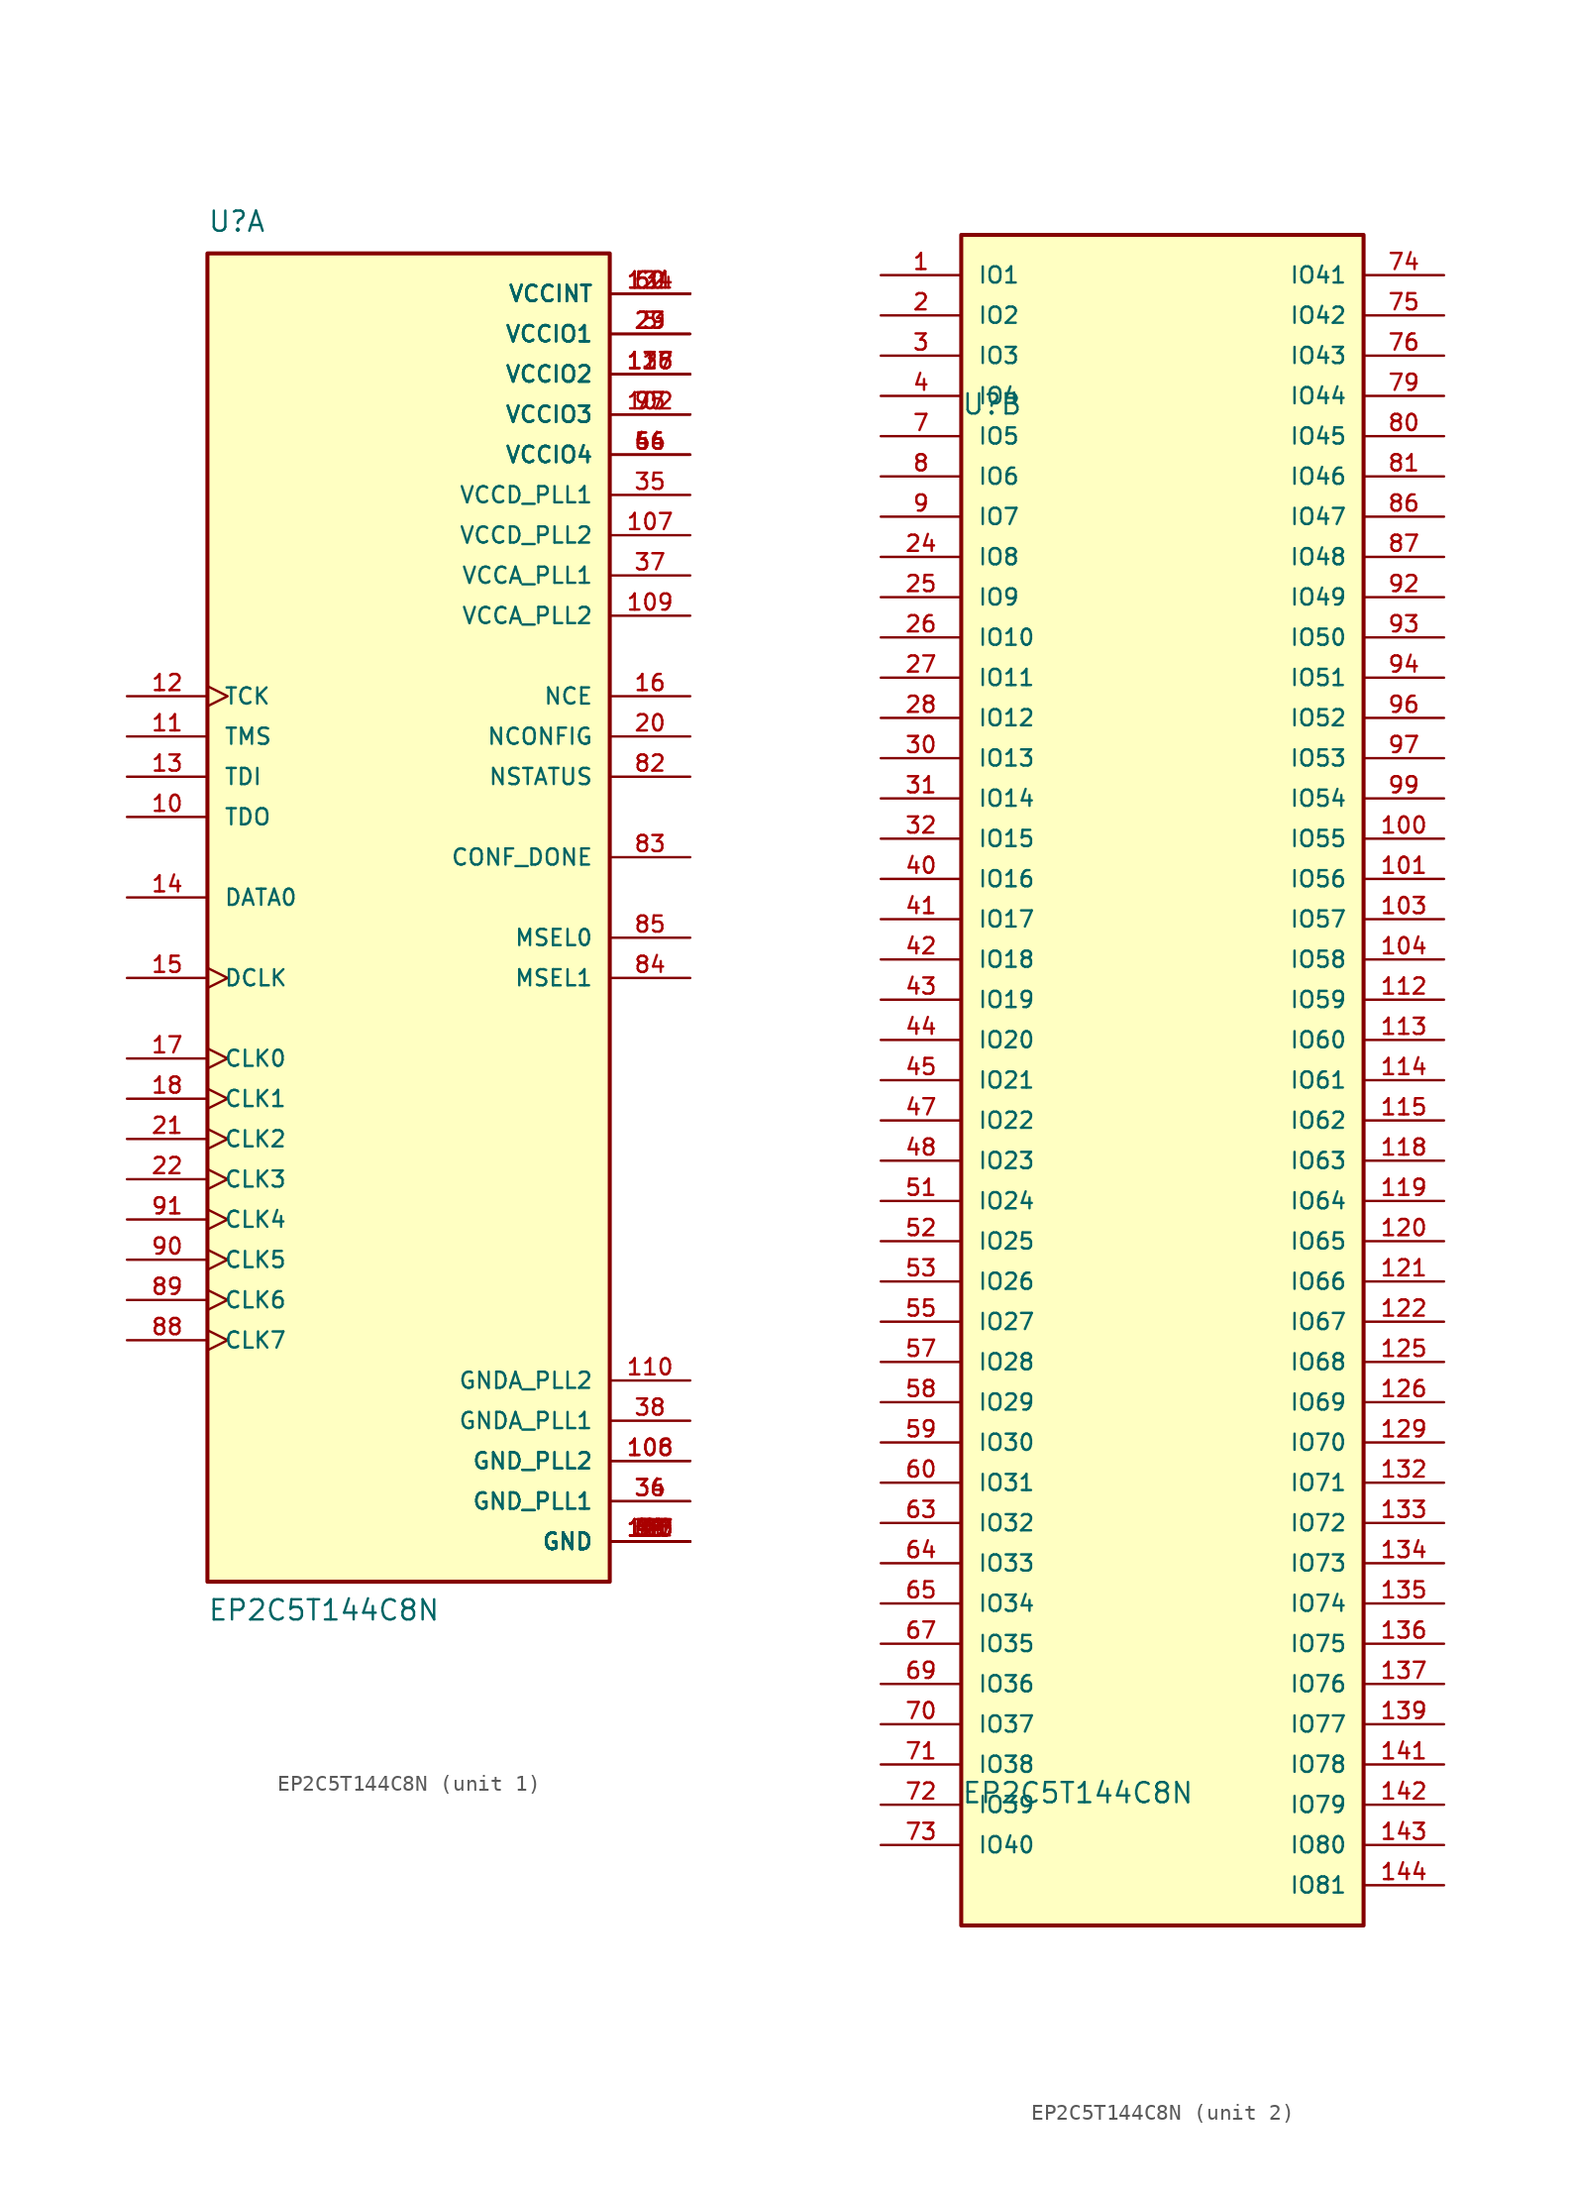
<source format=kicad_sym>
(kicad_symbol_lib
  (version 20211014)
  (generator kicad_symbol_editor)
  (symbol "EP2C5T144C8N"
    (pin_names
      (offset 1.016))
    (property "Reference" "U"
      (at -12.7 41.91 0)
      (effects (font (size 1.27 1.27)) (justify bottom left)))
    (property "Value" "EP2C5T144C8N"
      (at -12.7 -45.72 0)
      (effects (font (size 1.27 1.27)) (justify bottom left)))
    (symbol "EP2C5T144C8N_1_0"
      (rectangle (start -12.7 -43.18) (end 12.7 40.64) (stroke (width 0.254)) (fill (type background)))
      (pin output line (at -17.78 5.08 0) (length 5.08) (name "TDO" (effects (font (size 1.016 1.016)))) (number "10" (effects (font (size 1.016 1.016)))))
      (pin power_in line (at 17.78 35.56 180.0) (length 5.08) (name "VCCIO1" (effects (font (size 1.016 1.016)))) (number "5" (effects (font (size 1.016 1.016)))))
      (pin power_in line (at 17.78 35.56 180.0) (length 5.08) (name "VCCIO1" (effects (font (size 1.016 1.016)))) (number "23" (effects (font (size 1.016 1.016)))))
      (pin power_in line (at 17.78 35.56 180.0) (length 5.08) (name "VCCIO1" (effects (font (size 1.016 1.016)))) (number "29" (effects (font (size 1.016 1.016)))))
      (pin power_in line (at 17.78 -40.64 180.0) (length 5.08) (name "GND" (effects (font (size 1.016 1.016)))) (number "6" (effects (font (size 1.016 1.016)))))
      (pin power_in line (at 17.78 -40.64 180.0) (length 5.08) (name "GND" (effects (font (size 1.016 1.016)))) (number "19" (effects (font (size 1.016 1.016)))))
      (pin power_in line (at 17.78 -40.64 180.0) (length 5.08) (name "GND" (effects (font (size 1.016 1.016)))) (number "33" (effects (font (size 1.016 1.016)))))
      (pin power_in line (at 17.78 -40.64 180.0) (length 5.08) (name "GND" (effects (font (size 1.016 1.016)))) (number "39" (effects (font (size 1.016 1.016)))))
      (pin power_in line (at 17.78 -40.64 180.0) (length 5.08) (name "GND" (effects (font (size 1.016 1.016)))) (number "49" (effects (font (size 1.016 1.016)))))
      (pin power_in line (at 17.78 -40.64 180.0) (length 5.08) (name "GND" (effects (font (size 1.016 1.016)))) (number "56" (effects (font (size 1.016 1.016)))))
      (pin power_in line (at 17.78 -40.64 180.0) (length 5.08) (name "GND" (effects (font (size 1.016 1.016)))) (number "61" (effects (font (size 1.016 1.016)))))
      (pin power_in line (at 17.78 -40.64 180.0) (length 5.08) (name "GND" (effects (font (size 1.016 1.016)))) (number "68" (effects (font (size 1.016 1.016)))))
      (pin power_in line (at 17.78 -40.64 180.0) (length 5.08) (name "GND" (effects (font (size 1.016 1.016)))) (number "78" (effects (font (size 1.016 1.016)))))
      (pin power_in line (at 17.78 -40.64 180.0) (length 5.08) (name "GND" (effects (font (size 1.016 1.016)))) (number "98" (effects (font (size 1.016 1.016)))))
      (pin power_in line (at 17.78 -40.64 180.0) (length 5.08) (name "GND" (effects (font (size 1.016 1.016)))) (number "105" (effects (font (size 1.016 1.016)))))
      (pin power_in line (at 17.78 -40.64 180.0) (length 5.08) (name "GND" (effects (font (size 1.016 1.016)))) (number "111" (effects (font (size 1.016 1.016)))))
      (pin power_in line (at 17.78 -40.64 180.0) (length 5.08) (name "GND" (effects (font (size 1.016 1.016)))) (number "117" (effects (font (size 1.016 1.016)))))
      (pin power_in line (at 17.78 -40.64 180.0) (length 5.08) (name "GND" (effects (font (size 1.016 1.016)))) (number "123" (effects (font (size 1.016 1.016)))))
      (pin power_in line (at 17.78 -40.64 180.0) (length 5.08) (name "GND" (effects (font (size 1.016 1.016)))) (number "128" (effects (font (size 1.016 1.016)))))
      (pin power_in line (at 17.78 -40.64 180.0) (length 5.08) (name "GND" (effects (font (size 1.016 1.016)))) (number "130" (effects (font (size 1.016 1.016)))))
      (pin power_in line (at 17.78 -40.64 180.0) (length 5.08) (name "GND" (effects (font (size 1.016 1.016)))) (number "140" (effects (font (size 1.016 1.016)))))
      (pin input line (at -17.78 10.16 0) (length 5.08) (name "TMS" (effects (font (size 1.016 1.016)))) (number "11" (effects (font (size 1.016 1.016)))))
      (pin input clock (at -17.78 12.7 0) (length 5.08) (name "TCK" (effects (font (size 1.016 1.016)))) (number "12" (effects (font (size 1.016 1.016)))))
      (pin input line (at -17.78 7.62 0) (length 5.08) (name "TDI" (effects (font (size 1.016 1.016)))) (number "13" (effects (font (size 1.016 1.016)))))
      (pin input line (at -17.78 0.0 0) (length 5.08) (name "DATA0" (effects (font (size 1.016 1.016)))) (number "14" (effects (font (size 1.016 1.016)))))
      (pin input clock (at -17.78 -5.08 0) (length 5.08) (name "DCLK" (effects (font (size 1.016 1.016)))) (number "15" (effects (font (size 1.016 1.016)))))
      (pin input line (at 17.78 12.7 180.0) (length 5.08) (name "NCE" (effects (font (size 1.016 1.016)))) (number "16" (effects (font (size 1.016 1.016)))))
      (pin input clock (at -17.78 -10.16 0) (length 5.08) (name "CLK0" (effects (font (size 1.016 1.016)))) (number "17" (effects (font (size 1.016 1.016)))))
      (pin input clock (at -17.78 -12.7 0) (length 5.08) (name "CLK1" (effects (font (size 1.016 1.016)))) (number "18" (effects (font (size 1.016 1.016)))))
      (pin input line (at 17.78 10.16 180.0) (length 5.08) (name "NCONFIG" (effects (font (size 1.016 1.016)))) (number "20" (effects (font (size 1.016 1.016)))))
      (pin input clock (at -17.78 -15.24 0) (length 5.08) (name "CLK2" (effects (font (size 1.016 1.016)))) (number "21" (effects (font (size 1.016 1.016)))))
      (pin input clock (at -17.78 -17.78 0) (length 5.08) (name "CLK3" (effects (font (size 1.016 1.016)))) (number "22" (effects (font (size 1.016 1.016)))))
      (pin power_in line (at 17.78 -38.1 180.0) (length 5.08) (name "GND_PLL1" (effects (font (size 1.016 1.016)))) (number "34" (effects (font (size 1.016 1.016)))))
      (pin power_in line (at 17.78 -38.1 180.0) (length 5.08) (name "GND_PLL1" (effects (font (size 1.016 1.016)))) (number "36" (effects (font (size 1.016 1.016)))))
      (pin power_in line (at 17.78 25.4 180.0) (length 5.08) (name "VCCD_PLL1" (effects (font (size 1.016 1.016)))) (number "35" (effects (font (size 1.016 1.016)))))
      (pin power_in line (at 17.78 -33.02 180.0) (length 5.08) (name "GNDA_PLL1" (effects (font (size 1.016 1.016)))) (number "38" (effects (font (size 1.016 1.016)))))
      (pin power_in line (at 17.78 20.32 180.0) (length 5.08) (name "VCCA_PLL1" (effects (font (size 1.016 1.016)))) (number "37" (effects (font (size 1.016 1.016)))))
      (pin power_in line (at 17.78 27.94 180.0) (length 5.08) (name "VCCIO4" (effects (font (size 1.016 1.016)))) (number "46" (effects (font (size 1.016 1.016)))))
      (pin power_in line (at 17.78 27.94 180.0) (length 5.08) (name "VCCIO4" (effects (font (size 1.016 1.016)))) (number "54" (effects (font (size 1.016 1.016)))))
      (pin power_in line (at 17.78 27.94 180.0) (length 5.08) (name "VCCIO4" (effects (font (size 1.016 1.016)))) (number "66" (effects (font (size 1.016 1.016)))))
      (pin power_in line (at 17.78 38.1 180.0) (length 5.08) (name "VCCINT" (effects (font (size 1.016 1.016)))) (number "50" (effects (font (size 1.016 1.016)))))
      (pin power_in line (at 17.78 38.1 180.0) (length 5.08) (name "VCCINT" (effects (font (size 1.016 1.016)))) (number "62" (effects (font (size 1.016 1.016)))))
      (pin power_in line (at 17.78 38.1 180.0) (length 5.08) (name "VCCINT" (effects (font (size 1.016 1.016)))) (number "124" (effects (font (size 1.016 1.016)))))
      (pin power_in line (at 17.78 38.1 180.0) (length 5.08) (name "VCCINT" (effects (font (size 1.016 1.016)))) (number "131" (effects (font (size 1.016 1.016)))))
      (pin power_in line (at 17.78 30.48 180.0) (length 5.08) (name "VCCIO3" (effects (font (size 1.016 1.016)))) (number "77" (effects (font (size 1.016 1.016)))))
      (pin power_in line (at 17.78 30.48 180.0) (length 5.08) (name "VCCIO3" (effects (font (size 1.016 1.016)))) (number "95" (effects (font (size 1.016 1.016)))))
      (pin power_in line (at 17.78 30.48 180.0) (length 5.08) (name "VCCIO3" (effects (font (size 1.016 1.016)))) (number "102" (effects (font (size 1.016 1.016)))))
      (pin bidirectional line (at 17.78 7.62 180.0) (length 5.08) (name "NSTATUS" (effects (font (size 1.016 1.016)))) (number "82" (effects (font (size 1.016 1.016)))))
      (pin bidirectional line (at 17.78 2.54 180.0) (length 5.08) (name "CONF_DONE" (effects (font (size 1.016 1.016)))) (number "83" (effects (font (size 1.016 1.016)))))
      (pin input line (at 17.78 -5.08 180.0) (length 5.08) (name "MSEL1" (effects (font (size 1.016 1.016)))) (number "84" (effects (font (size 1.016 1.016)))))
      (pin input line (at 17.78 -2.54 180.0) (length 5.08) (name "MSEL0" (effects (font (size 1.016 1.016)))) (number "85" (effects (font (size 1.016 1.016)))))
      (pin input clock (at -17.78 -27.94 0) (length 5.08) (name "CLK7" (effects (font (size 1.016 1.016)))) (number "88" (effects (font (size 1.016 1.016)))))
      (pin input clock (at -17.78 -25.4 0) (length 5.08) (name "CLK6" (effects (font (size 1.016 1.016)))) (number "89" (effects (font (size 1.016 1.016)))))
      (pin input clock (at -17.78 -22.86 0) (length 5.08) (name "CLK5" (effects (font (size 1.016 1.016)))) (number "90" (effects (font (size 1.016 1.016)))))
      (pin input clock (at -17.78 -20.32 0) (length 5.08) (name "CLK4" (effects (font (size 1.016 1.016)))) (number "91" (effects (font (size 1.016 1.016)))))
      (pin power_in line (at 17.78 -35.56 180.0) (length 5.08) (name "GND_PLL2" (effects (font (size 1.016 1.016)))) (number "106" (effects (font (size 1.016 1.016)))))
      (pin power_in line (at 17.78 -35.56 180.0) (length 5.08) (name "GND_PLL2" (effects (font (size 1.016 1.016)))) (number "108" (effects (font (size 1.016 1.016)))))
      (pin power_in line (at 17.78 22.86 180.0) (length 5.08) (name "VCCD_PLL2" (effects (font (size 1.016 1.016)))) (number "107" (effects (font (size 1.016 1.016)))))
      (pin power_in line (at 17.78 17.78 180.0) (length 5.08) (name "VCCA_PLL2" (effects (font (size 1.016 1.016)))) (number "109" (effects (font (size 1.016 1.016)))))
      (pin power_in line (at 17.78 -30.48 180.0) (length 5.08) (name "GNDA_PLL2" (effects (font (size 1.016 1.016)))) (number "110" (effects (font (size 1.016 1.016)))))
      (pin power_in line (at 17.78 33.02 180.0) (length 5.08) (name "VCCIO2" (effects (font (size 1.016 1.016)))) (number "116" (effects (font (size 1.016 1.016)))))
      (pin power_in line (at 17.78 33.02 180.0) (length 5.08) (name "VCCIO2" (effects (font (size 1.016 1.016)))) (number "127" (effects (font (size 1.016 1.016)))))
      (pin power_in line (at 17.78 33.02 180.0) (length 5.08) (name "VCCIO2" (effects (font (size 1.016 1.016)))) (number "138" (effects (font (size 1.016 1.016))))))
    (symbol "EP2C5T144C8N_2_0"
      (rectangle (start -12.7 -53.34) (end 12.7 53.34) (stroke (width 0.254)) (fill (type background)))
      (pin bidirectional line (at -17.78 50.8 0) (length 5.08) (name "IO1" (effects (font (size 1.016 1.016)))) (number "1" (effects (font (size 1.016 1.016)))))
      (pin bidirectional line (at -17.78 48.26 0) (length 5.08) (name "IO2" (effects (font (size 1.016 1.016)))) (number "2" (effects (font (size 1.016 1.016)))))
      (pin bidirectional line (at -17.78 45.72 0) (length 5.08) (name "IO3" (effects (font (size 1.016 1.016)))) (number "3" (effects (font (size 1.016 1.016)))))
      (pin bidirectional line (at -17.78 43.18 0) (length 5.08) (name "IO4" (effects (font (size 1.016 1.016)))) (number "4" (effects (font (size 1.016 1.016)))))
      (pin bidirectional line (at -17.78 40.64 0) (length 5.08) (name "IO5" (effects (font (size 1.016 1.016)))) (number "7" (effects (font (size 1.016 1.016)))))
      (pin bidirectional line (at -17.78 38.1 0) (length 5.08) (name "IO6" (effects (font (size 1.016 1.016)))) (number "8" (effects (font (size 1.016 1.016)))))
      (pin bidirectional line (at -17.78 35.56 0) (length 5.08) (name "IO7" (effects (font (size 1.016 1.016)))) (number "9" (effects (font (size 1.016 1.016)))))
      (pin bidirectional line (at -17.78 33.02 0) (length 5.08) (name "IO8" (effects (font (size 1.016 1.016)))) (number "24" (effects (font (size 1.016 1.016)))))
      (pin bidirectional line (at -17.78 30.48 0) (length 5.08) (name "IO9" (effects (font (size 1.016 1.016)))) (number "25" (effects (font (size 1.016 1.016)))))
      (pin bidirectional line (at -17.78 27.94 0) (length 5.08) (name "IO10" (effects (font (size 1.016 1.016)))) (number "26" (effects (font (size 1.016 1.016)))))
      (pin bidirectional line (at -17.78 25.4 0) (length 5.08) (name "IO11" (effects (font (size 1.016 1.016)))) (number "27" (effects (font (size 1.016 1.016)))))
      (pin bidirectional line (at -17.78 22.86 0) (length 5.08) (name "IO12" (effects (font (size 1.016 1.016)))) (number "28" (effects (font (size 1.016 1.016)))))
      (pin bidirectional line (at -17.78 20.32 0) (length 5.08) (name "IO13" (effects (font (size 1.016 1.016)))) (number "30" (effects (font (size 1.016 1.016)))))
      (pin bidirectional line (at -17.78 17.78 0) (length 5.08) (name "IO14" (effects (font (size 1.016 1.016)))) (number "31" (effects (font (size 1.016 1.016)))))
      (pin bidirectional line (at -17.78 15.24 0) (length 5.08) (name "IO15" (effects (font (size 1.016 1.016)))) (number "32" (effects (font (size 1.016 1.016)))))
      (pin bidirectional line (at -17.78 12.7 0) (length 5.08) (name "IO16" (effects (font (size 1.016 1.016)))) (number "40" (effects (font (size 1.016 1.016)))))
      (pin bidirectional line (at -17.78 10.16 0) (length 5.08) (name "IO17" (effects (font (size 1.016 1.016)))) (number "41" (effects (font (size 1.016 1.016)))))
      (pin bidirectional line (at -17.78 7.62 0) (length 5.08) (name "IO18" (effects (font (size 1.016 1.016)))) (number "42" (effects (font (size 1.016 1.016)))))
      (pin bidirectional line (at -17.78 5.08 0) (length 5.08) (name "IO19" (effects (font (size 1.016 1.016)))) (number "43" (effects (font (size 1.016 1.016)))))
      (pin bidirectional line (at -17.78 2.54 0) (length 5.08) (name "IO20" (effects (font (size 1.016 1.016)))) (number "44" (effects (font (size 1.016 1.016)))))
      (pin bidirectional line (at -17.78 0.0 0) (length 5.08) (name "IO21" (effects (font (size 1.016 1.016)))) (number "45" (effects (font (size 1.016 1.016)))))
      (pin bidirectional line (at -17.78 -2.54 0) (length 5.08) (name "IO22" (effects (font (size 1.016 1.016)))) (number "47" (effects (font (size 1.016 1.016)))))
      (pin bidirectional line (at -17.78 -5.08 0) (length 5.08) (name "IO23" (effects (font (size 1.016 1.016)))) (number "48" (effects (font (size 1.016 1.016)))))
      (pin bidirectional line (at -17.78 -7.62 0) (length 5.08) (name "IO24" (effects (font (size 1.016 1.016)))) (number "51" (effects (font (size 1.016 1.016)))))
      (pin bidirectional line (at -17.78 -10.16 0) (length 5.08) (name "IO25" (effects (font (size 1.016 1.016)))) (number "52" (effects (font (size 1.016 1.016)))))
      (pin bidirectional line (at -17.78 -12.7 0) (length 5.08) (name "IO26" (effects (font (size 1.016 1.016)))) (number "53" (effects (font (size 1.016 1.016)))))
      (pin bidirectional line (at -17.78 -15.24 0) (length 5.08) (name "IO27" (effects (font (size 1.016 1.016)))) (number "55" (effects (font (size 1.016 1.016)))))
      (pin bidirectional line (at -17.78 -17.78 0) (length 5.08) (name "IO28" (effects (font (size 1.016 1.016)))) (number "57" (effects (font (size 1.016 1.016)))))
      (pin bidirectional line (at -17.78 -20.32 0) (length 5.08) (name "IO29" (effects (font (size 1.016 1.016)))) (number "58" (effects (font (size 1.016 1.016)))))
      (pin bidirectional line (at -17.78 -22.86 0) (length 5.08) (name "IO30" (effects (font (size 1.016 1.016)))) (number "59" (effects (font (size 1.016 1.016)))))
      (pin bidirectional line (at -17.78 -25.4 0) (length 5.08) (name "IO31" (effects (font (size 1.016 1.016)))) (number "60" (effects (font (size 1.016 1.016)))))
      (pin bidirectional line (at -17.78 -27.94 0) (length 5.08) (name "IO32" (effects (font (size 1.016 1.016)))) (number "63" (effects (font (size 1.016 1.016)))))
      (pin bidirectional line (at -17.78 -30.48 0) (length 5.08) (name "IO33" (effects (font (size 1.016 1.016)))) (number "64" (effects (font (size 1.016 1.016)))))
      (pin bidirectional line (at -17.78 -33.02 0) (length 5.08) (name "IO34" (effects (font (size 1.016 1.016)))) (number "65" (effects (font (size 1.016 1.016)))))
      (pin bidirectional line (at -17.78 -35.56 0) (length 5.08) (name "IO35" (effects (font (size 1.016 1.016)))) (number "67" (effects (font (size 1.016 1.016)))))
      (pin bidirectional line (at -17.78 -38.1 0) (length 5.08) (name "IO36" (effects (font (size 1.016 1.016)))) (number "69" (effects (font (size 1.016 1.016)))))
      (pin bidirectional line (at -17.78 -40.64 0) (length 5.08) (name "IO37" (effects (font (size 1.016 1.016)))) (number "70" (effects (font (size 1.016 1.016)))))
      (pin bidirectional line (at -17.78 -43.18 0) (length 5.08) (name "IO38" (effects (font (size 1.016 1.016)))) (number "71" (effects (font (size 1.016 1.016)))))
      (pin bidirectional line (at -17.78 -45.72 0) (length 5.08) (name "IO39" (effects (font (size 1.016 1.016)))) (number "72" (effects (font (size 1.016 1.016)))))
      (pin bidirectional line (at -17.78 -48.26 0) (length 5.08) (name "IO40" (effects (font (size 1.016 1.016)))) (number "73" (effects (font (size 1.016 1.016)))))
      (pin bidirectional line (at 17.78 50.8 180.0) (length 5.08) (name "IO41" (effects (font (size 1.016 1.016)))) (number "74" (effects (font (size 1.016 1.016)))))
      (pin bidirectional line (at 17.78 48.26 180.0) (length 5.08) (name "IO42" (effects (font (size 1.016 1.016)))) (number "75" (effects (font (size 1.016 1.016)))))
      (pin bidirectional line (at 17.78 45.72 180.0) (length 5.08) (name "IO43" (effects (font (size 1.016 1.016)))) (number "76" (effects (font (size 1.016 1.016)))))
      (pin bidirectional line (at 17.78 43.18 180.0) (length 5.08) (name "IO44" (effects (font (size 1.016 1.016)))) (number "79" (effects (font (size 1.016 1.016)))))
      (pin bidirectional line (at 17.78 40.64 180.0) (length 5.08) (name "IO45" (effects (font (size 1.016 1.016)))) (number "80" (effects (font (size 1.016 1.016)))))
      (pin bidirectional line (at 17.78 38.1 180.0) (length 5.08) (name "IO46" (effects (font (size 1.016 1.016)))) (number "81" (effects (font (size 1.016 1.016)))))
      (pin bidirectional line (at 17.78 35.56 180.0) (length 5.08) (name "IO47" (effects (font (size 1.016 1.016)))) (number "86" (effects (font (size 1.016 1.016)))))
      (pin bidirectional line (at 17.78 33.02 180.0) (length 5.08) (name "IO48" (effects (font (size 1.016 1.016)))) (number "87" (effects (font (size 1.016 1.016)))))
      (pin bidirectional line (at 17.78 30.48 180.0) (length 5.08) (name "IO49" (effects (font (size 1.016 1.016)))) (number "92" (effects (font (size 1.016 1.016)))))
      (pin bidirectional line (at 17.78 27.94 180.0) (length 5.08) (name "IO50" (effects (font (size 1.016 1.016)))) (number "93" (effects (font (size 1.016 1.016)))))
      (pin bidirectional line (at 17.78 25.4 180.0) (length 5.08) (name "IO51" (effects (font (size 1.016 1.016)))) (number "94" (effects (font (size 1.016 1.016)))))
      (pin bidirectional line (at 17.78 22.86 180.0) (length 5.08) (name "IO52" (effects (font (size 1.016 1.016)))) (number "96" (effects (font (size 1.016 1.016)))))
      (pin bidirectional line (at 17.78 20.32 180.0) (length 5.08) (name "IO53" (effects (font (size 1.016 1.016)))) (number "97" (effects (font (size 1.016 1.016)))))
      (pin bidirectional line (at 17.78 17.78 180.0) (length 5.08) (name "IO54" (effects (font (size 1.016 1.016)))) (number "99" (effects (font (size 1.016 1.016)))))
      (pin bidirectional line (at 17.78 15.24 180.0) (length 5.08) (name "IO55" (effects (font (size 1.016 1.016)))) (number "100" (effects (font (size 1.016 1.016)))))
      (pin bidirectional line (at 17.78 12.7 180.0) (length 5.08) (name "IO56" (effects (font (size 1.016 1.016)))) (number "101" (effects (font (size 1.016 1.016)))))
      (pin bidirectional line (at 17.78 10.16 180.0) (length 5.08) (name "IO57" (effects (font (size 1.016 1.016)))) (number "103" (effects (font (size 1.016 1.016)))))
      (pin bidirectional line (at 17.78 7.62 180.0) (length 5.08) (name "IO58" (effects (font (size 1.016 1.016)))) (number "104" (effects (font (size 1.016 1.016)))))
      (pin bidirectional line (at 17.78 5.08 180.0) (length 5.08) (name "IO59" (effects (font (size 1.016 1.016)))) (number "112" (effects (font (size 1.016 1.016)))))
      (pin bidirectional line (at 17.78 2.54 180.0) (length 5.08) (name "IO60" (effects (font (size 1.016 1.016)))) (number "113" (effects (font (size 1.016 1.016)))))
      (pin bidirectional line (at 17.78 0.0 180.0) (length 5.08) (name "IO61" (effects (font (size 1.016 1.016)))) (number "114" (effects (font (size 1.016 1.016)))))
      (pin bidirectional line (at 17.78 -2.54 180.0) (length 5.08) (name "IO62" (effects (font (size 1.016 1.016)))) (number "115" (effects (font (size 1.016 1.016)))))
      (pin bidirectional line (at 17.78 -5.08 180.0) (length 5.08) (name "IO63" (effects (font (size 1.016 1.016)))) (number "118" (effects (font (size 1.016 1.016)))))
      (pin bidirectional line (at 17.78 -7.62 180.0) (length 5.08) (name "IO64" (effects (font (size 1.016 1.016)))) (number "119" (effects (font (size 1.016 1.016)))))
      (pin bidirectional line (at 17.78 -10.16 180.0) (length 5.08) (name "IO65" (effects (font (size 1.016 1.016)))) (number "120" (effects (font (size 1.016 1.016)))))
      (pin bidirectional line (at 17.78 -12.7 180.0) (length 5.08) (name "IO66" (effects (font (size 1.016 1.016)))) (number "121" (effects (font (size 1.016 1.016)))))
      (pin bidirectional line (at 17.78 -15.24 180.0) (length 5.08) (name "IO67" (effects (font (size 1.016 1.016)))) (number "122" (effects (font (size 1.016 1.016)))))
      (pin bidirectional line (at 17.78 -17.78 180.0) (length 5.08) (name "IO68" (effects (font (size 1.016 1.016)))) (number "125" (effects (font (size 1.016 1.016)))))
      (pin bidirectional line (at 17.78 -20.32 180.0) (length 5.08) (name "IO69" (effects (font (size 1.016 1.016)))) (number "126" (effects (font (size 1.016 1.016)))))
      (pin bidirectional line (at 17.78 -22.86 180.0) (length 5.08) (name "IO70" (effects (font (size 1.016 1.016)))) (number "129" (effects (font (size 1.016 1.016)))))
      (pin bidirectional line (at 17.78 -25.4 180.0) (length 5.08) (name "IO71" (effects (font (size 1.016 1.016)))) (number "132" (effects (font (size 1.016 1.016)))))
      (pin bidirectional line (at 17.78 -27.94 180.0) (length 5.08) (name "IO72" (effects (font (size 1.016 1.016)))) (number "133" (effects (font (size 1.016 1.016)))))
      (pin bidirectional line (at 17.78 -30.48 180.0) (length 5.08) (name "IO73" (effects (font (size 1.016 1.016)))) (number "134" (effects (font (size 1.016 1.016)))))
      (pin bidirectional line (at 17.78 -33.02 180.0) (length 5.08) (name "IO74" (effects (font (size 1.016 1.016)))) (number "135" (effects (font (size 1.016 1.016)))))
      (pin bidirectional line (at 17.78 -35.56 180.0) (length 5.08) (name "IO75" (effects (font (size 1.016 1.016)))) (number "136" (effects (font (size 1.016 1.016)))))
      (pin bidirectional line (at 17.78 -38.1 180.0) (length 5.08) (name "IO76" (effects (font (size 1.016 1.016)))) (number "137" (effects (font (size 1.016 1.016)))))
      (pin bidirectional line (at 17.78 -40.64 180.0) (length 5.08) (name "IO77" (effects (font (size 1.016 1.016)))) (number "139" (effects (font (size 1.016 1.016)))))
      (pin bidirectional line (at 17.78 -43.18 180.0) (length 5.08) (name "IO78" (effects (font (size 1.016 1.016)))) (number "141" (effects (font (size 1.016 1.016)))))
      (pin bidirectional line (at 17.78 -45.72 180.0) (length 5.08) (name "IO79" (effects (font (size 1.016 1.016)))) (number "142" (effects (font (size 1.016 1.016)))))
      (pin bidirectional line (at 17.78 -48.26 180.0) (length 5.08) (name "IO80" (effects (font (size 1.016 1.016)))) (number "143" (effects (font (size 1.016 1.016)))))
      (pin bidirectional line (at 17.78 -50.8 180.0) (length 5.08) (name "IO81" (effects (font (size 1.016 1.016)))) (number "144" (effects (font (size 1.016 1.016))))))))
</source>
